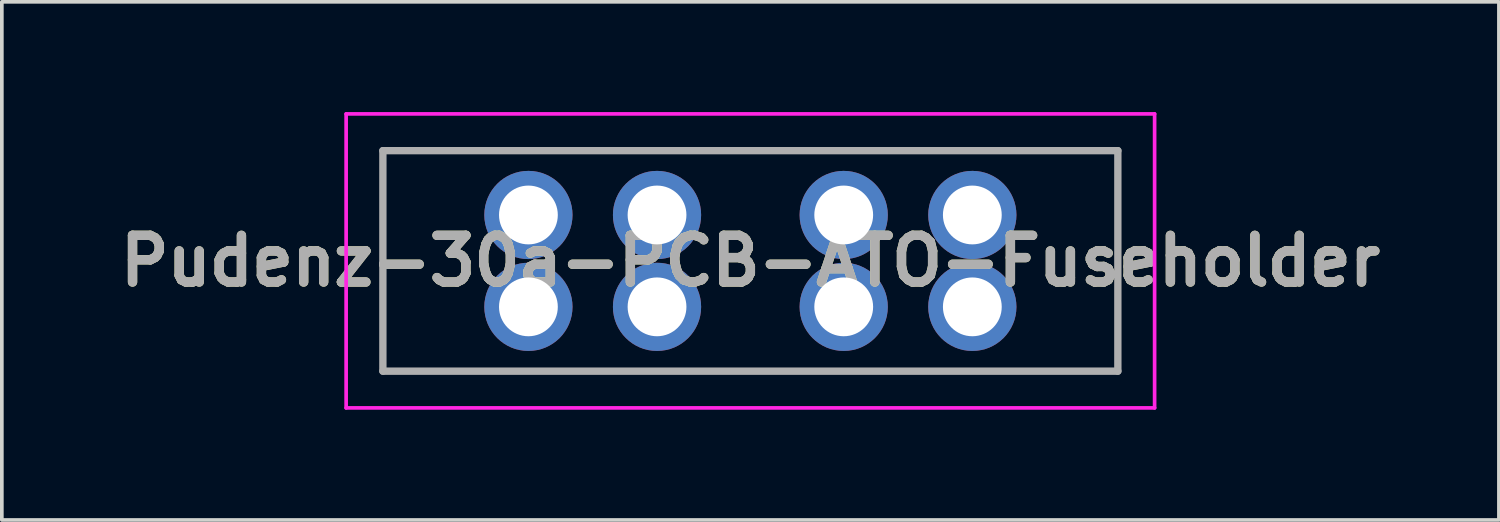
<source format=kicad_pcb>
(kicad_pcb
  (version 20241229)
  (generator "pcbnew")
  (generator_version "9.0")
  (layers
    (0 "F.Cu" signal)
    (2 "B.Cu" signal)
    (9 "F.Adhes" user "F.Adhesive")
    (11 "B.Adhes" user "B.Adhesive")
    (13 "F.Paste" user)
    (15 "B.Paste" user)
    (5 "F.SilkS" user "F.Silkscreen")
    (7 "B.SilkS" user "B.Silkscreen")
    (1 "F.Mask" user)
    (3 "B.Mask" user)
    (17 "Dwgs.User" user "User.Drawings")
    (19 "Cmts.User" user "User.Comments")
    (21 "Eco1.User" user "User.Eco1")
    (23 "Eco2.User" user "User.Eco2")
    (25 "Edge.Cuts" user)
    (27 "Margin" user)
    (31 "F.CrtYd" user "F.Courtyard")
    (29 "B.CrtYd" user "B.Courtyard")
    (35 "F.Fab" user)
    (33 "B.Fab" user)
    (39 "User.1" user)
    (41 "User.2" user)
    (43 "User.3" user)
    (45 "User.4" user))
  (footprint "Pudenz-30a-PCB-ATO-Fuseholder"
    (layer "F.Cu")
    (at 17.369 4.05)
    (property "Reference" "Pudenz-30a-PCB-ATO-Fuseholder" (at 0 0 0) (layer "F.SilkS") (effects (font (size 1.27 1.27) (thickness 0.254))))
    (attr through_hole)
    (fp_line (start -10 -3) (end 10 -3) (stroke (width 0.1) (type solid)) (layer "F.SilkS"))
    (fp_line (start -10 3) (end -10 -3) (stroke (width 0.1) (type solid)) (layer "F.SilkS"))
    (fp_line (start 10 -3) (end 10 3) (stroke (width 0.1) (type solid)) (layer "F.SilkS"))
    (fp_line (start 10 3) (end -10 3) (stroke (width 0.1) (type solid)) (layer "F.SilkS"))
    (fp_line (start -11 -4) (end 11 -4) (stroke (width 0.1) (type solid)) (layer "F.CrtYd"))
    (fp_line (start -11 4) (end -11 -4) (stroke (width 0.1) (type solid)) (layer "F.CrtYd"))
    (fp_line (start 11 -4) (end 11 4) (stroke (width 0.1) (type solid)) (layer "F.CrtYd"))
    (fp_line (start 11 4) (end -11 4) (stroke (width 0.1) (type solid)) (layer "F.CrtYd"))
    (fp_line (start -10 -3) (end 10 -3) (stroke (width 0.2) (type solid)) (layer "F.Fab"))
    (fp_line (start -10 3) (end -10 -3) (stroke (width 0.2) (type solid)) (layer "F.Fab"))
    (fp_line (start 10 -3) (end 10 3) (stroke (width 0.2) (type solid)) (layer "F.Fab"))
    (fp_line (start 10 3) (end -10 3) (stroke (width 0.2) (type solid)) (layer "F.Fab"))
    (fp_text user "${REFERENCE}" (at 0 0 0) (layer "F.Fab") (effects (font (size 1.27 1.27) (thickness 0.254))))
    (pad "" np_thru_hole circle (at 0 -0.045) (size 0.001 0.001) (drill 2.65) (layers "*.Cu" "*.Mask"))
    (pad "1" thru_hole circle (at -6.04 -1.25) (size 2.4 2.4) (drill 1.6) (layers "*.Cu" "*.Mask"))
    (pad "1" thru_hole circle (at -6.04 1.25) (size 2.4 2.4) (drill 1.6) (layers "*.Cu" "*.Mask"))
    (pad "1" thru_hole circle (at -2.54 -1.25) (size 2.4 2.4) (drill 1.6) (layers "*.Cu" "*.Mask"))
    (pad "1" thru_hole circle (at -2.54 1.25) (size 2.4 2.4) (drill 1.6) (layers "*.Cu" "*.Mask"))
    (pad "2" thru_hole circle (at 2.54 -1.25) (size 2.4 2.4) (drill 1.6) (layers "*.Cu" "*.Mask"))
    (pad "2" thru_hole circle (at 2.54 1.25) (size 2.4 2.4) (drill 1.6) (layers "*.Cu" "*.Mask"))
    (pad "2" thru_hole circle (at 6.04 -1.25) (size 2.4 2.4) (drill 1.6) (layers "*.Cu" "*.Mask"))
    (pad "2" thru_hole circle (at 6.04 1.25) (size 2.4 2.4) (drill 1.6) (layers "*.Cu" "*.Mask")))
  (gr_rect
    (start -3 -3)
    (end 37.738 11.1)
    (stroke (width 0.1) (type default))
    (fill no)
    (layer "Edge.Cuts")))
</source>
